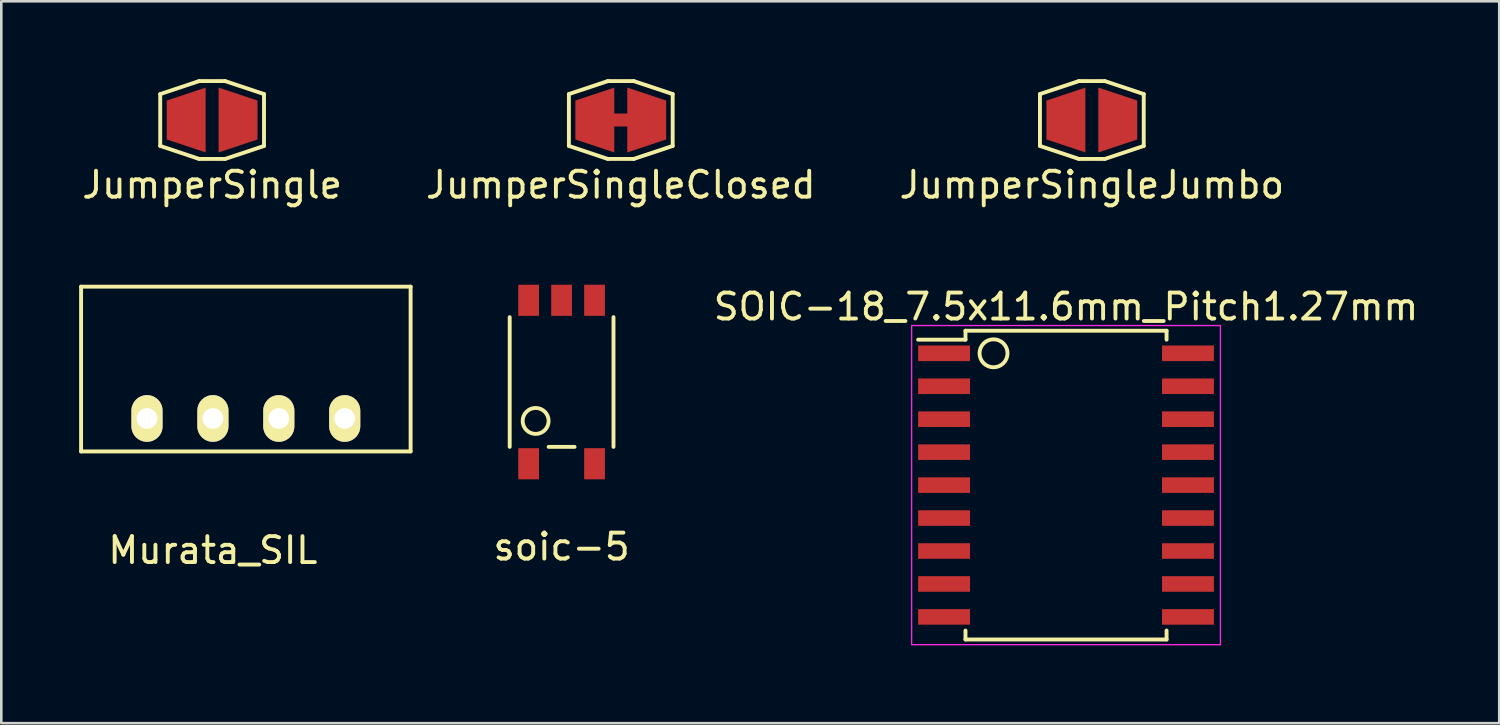
<source format=kicad_pcb>
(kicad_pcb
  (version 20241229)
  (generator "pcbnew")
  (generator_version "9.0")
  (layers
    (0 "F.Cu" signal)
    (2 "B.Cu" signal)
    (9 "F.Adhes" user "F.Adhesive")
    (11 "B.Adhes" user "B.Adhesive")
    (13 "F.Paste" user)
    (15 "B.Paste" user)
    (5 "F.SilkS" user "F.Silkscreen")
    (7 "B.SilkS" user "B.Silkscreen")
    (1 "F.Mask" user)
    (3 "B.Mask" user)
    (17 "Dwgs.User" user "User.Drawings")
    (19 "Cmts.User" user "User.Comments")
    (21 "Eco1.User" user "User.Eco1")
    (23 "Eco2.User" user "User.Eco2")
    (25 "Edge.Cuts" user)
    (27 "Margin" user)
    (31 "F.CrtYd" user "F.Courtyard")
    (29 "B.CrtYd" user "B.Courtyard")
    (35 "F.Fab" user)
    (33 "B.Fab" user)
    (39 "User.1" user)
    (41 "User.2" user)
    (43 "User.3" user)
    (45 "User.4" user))
  (footprint "JumperSingleJumbo"
    (layer "F.Cu")
    (at 39.03 1.575)
    (property "Reference" "JumperSingleJumbo" (at 0 2.5 0) (layer "F.SilkS") (effects (font (size 1 1) (thickness 0.15))))
    (attr through_hole)
    (fp_line (start -2 -1) (end -0.5 -1.5) (stroke (width 0.15) (type solid)) (layer "F.SilkS"))
    (fp_line (start -2 1) (end -2 -1) (stroke (width 0.15) (type solid)) (layer "F.SilkS"))
    (fp_line (start -0.5 -1.5) (end 0.5 -1.5) (stroke (width 0.15) (type solid)) (layer "F.SilkS"))
    (fp_line (start -0.5 1.5) (end -2 1) (stroke (width 0.15) (type solid)) (layer "F.SilkS"))
    (fp_line (start 0.5 -1.5) (end 2 -1) (stroke (width 0.15) (type solid)) (layer "F.SilkS"))
    (fp_line (start 0.5 1.5) (end -0.5 1.5) (stroke (width 0.15) (type solid)) (layer "F.SilkS"))
    (fp_line (start 2 -1) (end 2 1) (stroke (width 0.15) (type solid)) (layer "F.SilkS"))
    (fp_line (start 2 1) (end 0.5 1.5) (stroke (width 0.15) (type solid)) (layer "F.SilkS"))
    (pad "1" smd trapezoid (at -1 0) (size 1.5 2) (rect_delta -0.5 0) (layers "F.Cu" "F.Mask" "F.Paste"))
    (pad "2" smd trapezoid (at 1 0) (size 1.5 2) (rect_delta 0.5 0) (layers "F.Cu" "F.Mask" "F.Paste")))
  (footprint "soic-5"
    (layer "F.Cu")
    (at 18.594 11.673)
    (property "Reference" "soic-5" (at 0 6.35 0) (layer "F.SilkS") (effects (font (size 1 1) (thickness 0.15))))
    (attr through_hole)
    (fp_line (start -2 -2.5) (end -2 2.5) (stroke (width 0.15) (type solid)) (layer "F.SilkS"))
    (fp_line (start -0.5 2.5) (end 0.5 2.5) (stroke (width 0.15) (type solid)) (layer "F.SilkS"))
    (fp_line (start 2 -2.5) (end 2 2.5) (stroke (width 0.15) (type solid)) (layer "F.SilkS"))
    (fp_circle (center -1 1.5) (end -1 2) (stroke (width 0.15) (type solid)) (fill no) (layer "F.SilkS"))
    (pad "1" smd rect (at -1.27 3.15) (size 0.8 1.2) (layers "F.Cu" "F.Mask" "F.Paste"))
    (pad "3" smd rect (at 1.27 3.15) (size 0.8 1.2) (layers "F.Cu" "F.Mask" "F.Paste"))
    (pad "4" smd rect (at 1.27 -3.15) (size 0.8 1.2) (layers "F.Cu" "F.Mask" "F.Paste"))
    (pad "5" smd rect (at 0 -3.15) (size 0.8 1.2) (layers "F.Cu" "F.Mask" "F.Paste"))
    (pad "6" smd rect (at -1.27 -3.15) (size 0.8 1.2) (layers "F.Cu" "F.Mask" "F.Paste")))
  (footprint "Murata_SIL"
    (layer "F.Cu")
    (at 6.425 13.078)
    (property "Reference" "Murata_SIL" (at -1.27 5.08 0) (layer "F.SilkS") (effects (font (size 1 1) (thickness 0.15))))
    (attr through_hole)
    (fp_line (start -6.35 -5.08) (end -6.35 1.27) (stroke (width 0.15) (type solid)) (layer "F.SilkS"))
    (fp_line (start -6.35 1.27) (end 6.35 1.27) (stroke (width 0.15) (type solid)) (layer "F.SilkS"))
    (fp_line (start 6.35 -5.08) (end -6.35 -5.08) (stroke (width 0.15) (type solid)) (layer "F.SilkS"))
    (fp_line (start 6.35 1.27) (end 6.35 -5.08) (stroke (width 0.15) (type solid)) (layer "F.SilkS"))
    (pad "1" thru_hole oval (at -3.81 0) (size 1.2 1.8) (drill 0.8) (layers "*.Cu" "*.Mask" "F.SilkS"))
    (pad "2" thru_hole oval (at -1.27 0) (size 1.2 1.8) (drill 0.8) (layers "*.Cu" "*.Mask" "F.SilkS"))
    (pad "3" thru_hole oval (at 1.27 0) (size 1.2 1.8) (drill 0.8) (layers "*.Cu" "*.Mask" "F.SilkS"))
    (pad "4" thru_hole oval (at 3.81 0) (size 1.2 1.8) (drill 0.8) (layers "*.Cu" "*.Mask" "F.SilkS")))
  (footprint "JumperSingle"
    (layer "F.Cu")
    (at 5.125 1.575)
    (property "Reference" "JumperSingle" (at 0 2.5 0) (layer "F.SilkS") (effects (font (size 1 1) (thickness 0.15))))
    (attr through_hole)
    (fp_line (start -2 -1) (end -0.5 -1.5) (stroke (width 0.15) (type solid)) (layer "F.SilkS"))
    (fp_line (start -2 1) (end -2 -1) (stroke (width 0.15) (type solid)) (layer "F.SilkS"))
    (fp_line (start -0.5 -1.5) (end 0.5 -1.5) (stroke (width 0.15) (type solid)) (layer "F.SilkS"))
    (fp_line (start -0.5 1.5) (end -2 1) (stroke (width 0.15) (type solid)) (layer "F.SilkS"))
    (fp_line (start 0.5 -1.5) (end 2 -1) (stroke (width 0.15) (type solid)) (layer "F.SilkS"))
    (fp_line (start 0.5 1.5) (end -0.5 1.5) (stroke (width 0.15) (type solid)) (layer "F.SilkS"))
    (fp_line (start 2 -1) (end 2 1) (stroke (width 0.15) (type solid)) (layer "F.SilkS"))
    (fp_line (start 2 1) (end 0.5 1.5) (stroke (width 0.15) (type solid)) (layer "F.SilkS"))
    (pad "1" smd trapezoid (at -1 0) (size 1.5 2) (rect_delta -0.5 0) (layers "F.Cu" "F.Mask" "F.Paste"))
    (pad "2" smd trapezoid (at 1 0) (size 1.5 2) (rect_delta 0.5 0) (layers "F.Cu" "F.Mask" "F.Paste")))
  (footprint "JumperSingleClosed"
    (layer "F.Cu")
    (at 20.875 1.575)
    (property "Reference" "JumperSingleClosed" (at 0 2.5 0) (layer "F.SilkS") (effects (font (size 1 1) (thickness 0.15))))
    (attr through_hole)
    (fp_line (start -2 -1) (end -0.5 -1.5) (stroke (width 0.15) (type solid)) (layer "F.SilkS"))
    (fp_line (start -2 1) (end -2 -1) (stroke (width 0.15) (type solid)) (layer "F.SilkS"))
    (fp_line (start -0.5 -1.5) (end 0.5 -1.5) (stroke (width 0.15) (type solid)) (layer "F.SilkS"))
    (fp_line (start -0.5 1.5) (end -2 1) (stroke (width 0.15) (type solid)) (layer "F.SilkS"))
    (fp_line (start 0.5 -1.5) (end 2 -1) (stroke (width 0.15) (type solid)) (layer "F.SilkS"))
    (fp_line (start 0.5 1.5) (end -0.5 1.5) (stroke (width 0.15) (type solid)) (layer "F.SilkS"))
    (fp_line (start 2 -1) (end 2 1) (stroke (width 0.15) (type solid)) (layer "F.SilkS"))
    (fp_line (start 2 1) (end 0.5 1.5) (stroke (width 0.15) (type solid)) (layer "F.SilkS"))
    (pad "1" smd trapezoid (at -1 0) (size 1.5 2) (rect_delta -0.5 0) (layers "F.Cu" "F.Mask" "F.Paste"))
    (pad "1" smd rect (at 0 0) (size 1 0.5) (layers "F.Cu" "F.Mask" "F.Paste"))
    (pad "2" smd trapezoid (at 1 0) (size 1.5 2) (rect_delta 0.5 0) (layers "F.Cu" "F.Mask" "F.Paste")))
  (footprint "SOIC-18_7.5x11.6mm_Pitch1.27mm"
    (layer "F.Cu")
    (at 38.035 15.646)
    (property "Reference" "SOIC-18_7.5x11.6mm_Pitch1.27mm" (at 0 -6.875 0) (layer "F.SilkS") (effects (font (size 1 1) (thickness 0.15))))
    (attr smd)
    (fp_line (start -3.875 -5.95) (end -3.875 -5.605) (stroke (width 0.15) (type solid)) (layer "F.SilkS"))
    (fp_line (start -3.875 -5.95) (end 3.875 -5.95) (stroke (width 0.15) (type solid)) (layer "F.SilkS"))
    (fp_line (start -3.875 -5.605) (end -5.7 -5.605) (stroke (width 0.15) (type solid)) (layer "F.SilkS"))
    (fp_line (start -3.875 5.95) (end -3.875 5.605) (stroke (width 0.15) (type solid)) (layer "F.SilkS"))
    (fp_line (start -3.875 5.95) (end 3.875 5.95) (stroke (width 0.15) (type solid)) (layer "F.SilkS"))
    (fp_line (start 3.875 -5.95) (end 3.875 -5.605) (stroke (width 0.15) (type solid)) (layer "F.SilkS"))
    (fp_line (start 3.875 5.95) (end 3.875 5.605) (stroke (width 0.15) (type solid)) (layer "F.SilkS"))
    (fp_circle (center -2.794 -5.08) (end -2.413 -4.699) (stroke (width 0.15) (type solid)) (fill no) (layer "F.SilkS"))
    (fp_line (start -5.95 -6.15) (end -5.95 6.15) (stroke (width 0.05) (type solid)) (layer "F.CrtYd"))
    (fp_line (start -5.95 -6.15) (end 5.95 -6.15) (stroke (width 0.05) (type solid)) (layer "F.CrtYd"))
    (fp_line (start -5.95 6.15) (end 5.95 6.15) (stroke (width 0.05) (type solid)) (layer "F.CrtYd"))
    (fp_line (start 5.95 -6.15) (end 5.95 6.15) (stroke (width 0.05) (type solid)) (layer "F.CrtYd"))
    (pad "1" smd rect (at -4.7 -5.08) (size 2 0.6) (layers "F.Cu" "F.Mask" "F.Paste"))
    (pad "2" smd rect (at -4.7 -3.81) (size 2 0.6) (layers "F.Cu" "F.Mask" "F.Paste"))
    (pad "3" smd rect (at -4.7 -2.54) (size 2 0.6) (layers "F.Cu" "F.Mask" "F.Paste"))
    (pad "4" smd rect (at -4.7 -1.27) (size 2 0.6) (layers "F.Cu" "F.Mask" "F.Paste"))
    (pad "5" smd rect (at -4.7 0) (size 2 0.6) (layers "F.Cu" "F.Mask" "F.Paste"))
    (pad "6" smd rect (at -4.7 1.27) (size 2 0.6) (layers "F.Cu" "F.Mask" "F.Paste"))
    (pad "7" smd rect (at -4.7 2.54) (size 2 0.6) (layers "F.Cu" "F.Mask" "F.Paste"))
    (pad "8" smd rect (at -4.7 3.81) (size 2 0.6) (layers "F.Cu" "F.Mask" "F.Paste"))
    (pad "9" smd rect (at -4.7 5.08) (size 2 0.6) (layers "F.Cu" "F.Mask" "F.Paste"))
    (pad "10" smd rect (at 4.7 5.08) (size 2 0.6) (layers "F.Cu" "F.Mask" "F.Paste"))
    (pad "11" smd rect (at 4.7 3.81) (size 2 0.6) (layers "F.Cu" "F.Mask" "F.Paste"))
    (pad "12" smd rect (at 4.7 2.54) (size 2 0.6) (layers "F.Cu" "F.Mask" "F.Paste"))
    (pad "13" smd rect (at 4.7 1.27) (size 2 0.6) (layers "F.Cu" "F.Mask" "F.Paste"))
    (pad "14" smd rect (at 4.7 0) (size 2 0.6) (layers "F.Cu" "F.Mask" "F.Paste"))
    (pad "15" smd rect (at 4.7 -1.27) (size 2 0.6) (layers "F.Cu" "F.Mask" "F.Paste"))
    (pad "16" smd rect (at 4.7 -2.54) (size 2 0.6) (layers "F.Cu" "F.Mask" "F.Paste"))
    (pad "17" smd rect (at 4.7 -3.81) (size 2 0.6) (layers "F.Cu" "F.Mask" "F.Paste"))
    (pad "18" smd rect (at 4.7 -5.08) (size 2 0.6) (layers "F.Cu" "F.Mask" "F.Paste")))
  (gr_rect
    (start -3 -3)
    (end 54.731 24.822)
    (stroke (width 0.1) (type default))
    (fill no)
    (layer "Edge.Cuts")))
</source>
